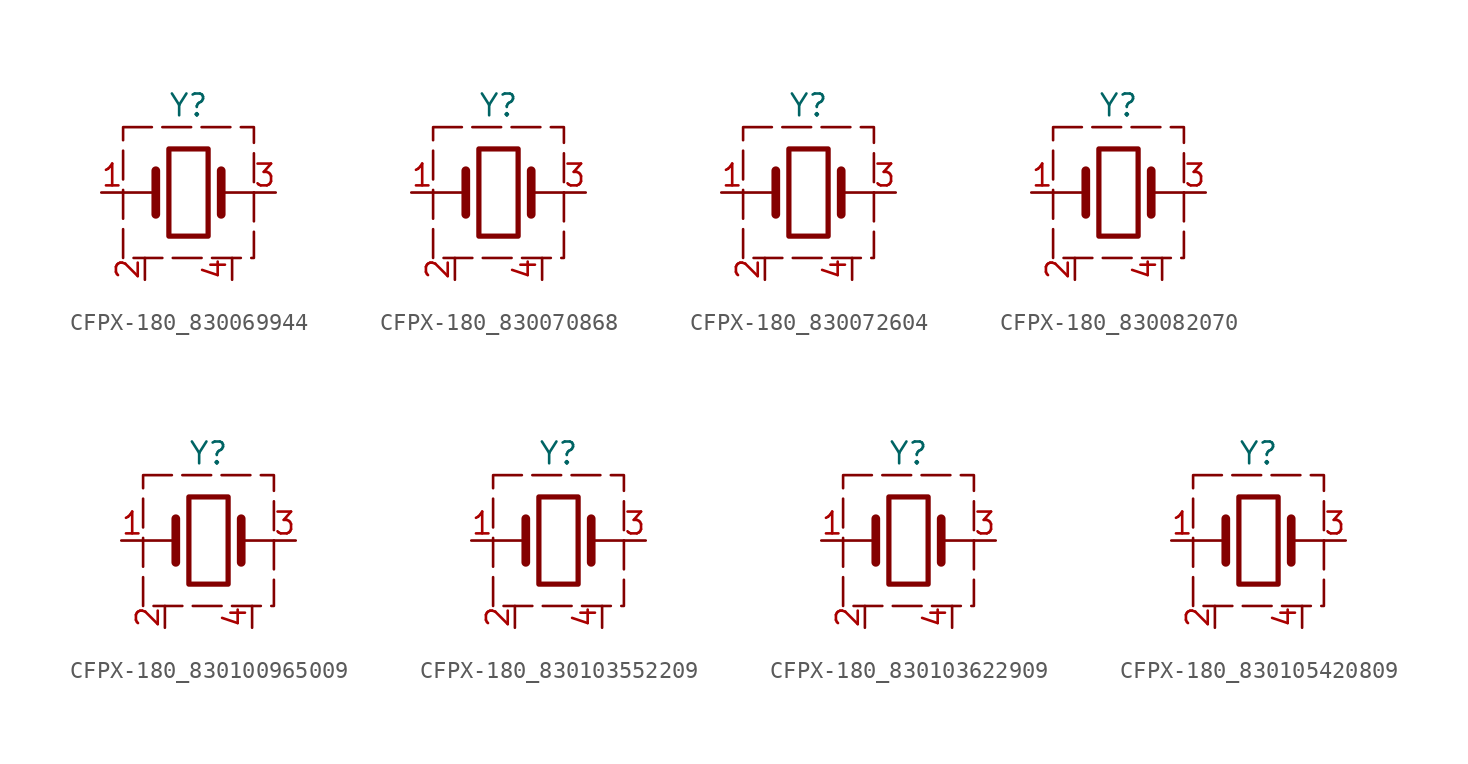
<source format=kicad_sym>
(kicad_symbol_lib
  (version 20220914)
  (generator kicad_symbol_editor)
  (symbol "CFPX-180_830069944"
    (pin_names hide)
    (property "Reference" "Y"
      (at 0 5.08 0)
      (effects (font (size 1.27 1.27))))
    (property "Critical Parameter" ""
      (at 0 -5.08 0)
      (effects (font (size 1.27 1.27)) (justify left)))
    (symbol "CFPX-180_830069944_0_1"
      (rectangle (start -1.143 2.54) (end 1.143 -2.54) (stroke (width 0.305) (type default)) (fill (type none)))
      (polyline (pts (xy -3.81 0) (xy -1.905 0)) (stroke (width 0) (type default)) (fill (type none)))
      (polyline (pts (xy -1.905 -1.27) (xy -1.905 1.27)) (stroke (width 0.508) (type default)) (fill (type none)))
      (polyline (pts (xy 1.905 -1.27) (xy 1.905 1.27)) (stroke (width 0.508) (type default)) (fill (type none)))
      (polyline (pts (xy 3.81 0) (xy 1.905 0)) (stroke (width 0) (type default)) (fill (type none))))
    (symbol "CFPX-180_830069944_1_1"
      (rectangle (start -3.81 3.81) (end 3.81 -3.81) (stroke (width 0) (type dash)) (fill (type none)))
      (pin passive line (at -5.08 0 0) (length 1.27) (name "1" (effects (font (size 1.27 1.27)))) (number "1" (effects (font (size 1.27 1.27)))))
      (pin passive line (at -2.54 -5.08 90) (length 1.27) (name "GND" (effects (font (size 1.27 1.27)))) (number "2" (effects (font (size 1.27 1.27)))))
      (pin passive line (at 5.08 0 180) (length 1.27) (name "3" (effects (font (size 1.27 1.27)))) (number "3" (effects (font (size 1.27 1.27)))))
      (pin passive line (at 2.54 -5.08 90) (length 1.27) (name "GND1" (effects (font (size 1.27 1.27)))) (number "4" (effects (font (size 1.27 1.27)))))))
  (symbol "CFPX-180_830070868"
    (pin_names hide)
    (property "Reference" "Y"
      (at 0 5.08 0)
      (effects (font (size 1.27 1.27))))
    (property "Critical Parameter" ""
      (at 0 -5.08 0)
      (effects (font (size 1.27 1.27)) (justify left)))
    (symbol "CFPX-180_830070868_0_1"
      (rectangle (start -1.143 2.54) (end 1.143 -2.54) (stroke (width 0.305) (type default)) (fill (type none)))
      (polyline (pts (xy -3.81 0) (xy -1.905 0)) (stroke (width 0) (type default)) (fill (type none)))
      (polyline (pts (xy -1.905 -1.27) (xy -1.905 1.27)) (stroke (width 0.508) (type default)) (fill (type none)))
      (polyline (pts (xy 1.905 -1.27) (xy 1.905 1.27)) (stroke (width 0.508) (type default)) (fill (type none)))
      (polyline (pts (xy 3.81 0) (xy 1.905 0)) (stroke (width 0) (type default)) (fill (type none))))
    (symbol "CFPX-180_830070868_1_1"
      (rectangle (start -3.81 3.81) (end 3.81 -3.81) (stroke (width 0) (type dash)) (fill (type none)))
      (pin passive line (at -5.08 0 0) (length 1.27) (name "1" (effects (font (size 1.27 1.27)))) (number "1" (effects (font (size 1.27 1.27)))))
      (pin passive line (at -2.54 -5.08 90) (length 1.27) (name "GND" (effects (font (size 1.27 1.27)))) (number "2" (effects (font (size 1.27 1.27)))))
      (pin passive line (at 5.08 0 180) (length 1.27) (name "3" (effects (font (size 1.27 1.27)))) (number "3" (effects (font (size 1.27 1.27)))))
      (pin passive line (at 2.54 -5.08 90) (length 1.27) (name "GND1" (effects (font (size 1.27 1.27)))) (number "4" (effects (font (size 1.27 1.27)))))))
  (symbol "CFPX-180_830072604"
    (pin_names hide)
    (property "Reference" "Y"
      (at 0 5.08 0)
      (effects (font (size 1.27 1.27))))
    (property "Critical Parameter" ""
      (at 0 -5.08 0)
      (effects (font (size 1.27 1.27)) (justify left)))
    (symbol "CFPX-180_830072604_0_1"
      (rectangle (start -1.143 2.54) (end 1.143 -2.54) (stroke (width 0.305) (type default)) (fill (type none)))
      (polyline (pts (xy -3.81 0) (xy -1.905 0)) (stroke (width 0) (type default)) (fill (type none)))
      (polyline (pts (xy -1.905 -1.27) (xy -1.905 1.27)) (stroke (width 0.508) (type default)) (fill (type none)))
      (polyline (pts (xy 1.905 -1.27) (xy 1.905 1.27)) (stroke (width 0.508) (type default)) (fill (type none)))
      (polyline (pts (xy 3.81 0) (xy 1.905 0)) (stroke (width 0) (type default)) (fill (type none))))
    (symbol "CFPX-180_830072604_1_1"
      (rectangle (start -3.81 3.81) (end 3.81 -3.81) (stroke (width 0) (type dash)) (fill (type none)))
      (pin passive line (at -5.08 0 0) (length 1.27) (name "1" (effects (font (size 1.27 1.27)))) (number "1" (effects (font (size 1.27 1.27)))))
      (pin passive line (at -2.54 -5.08 90) (length 1.27) (name "GND" (effects (font (size 1.27 1.27)))) (number "2" (effects (font (size 1.27 1.27)))))
      (pin passive line (at 5.08 0 180) (length 1.27) (name "3" (effects (font (size 1.27 1.27)))) (number "3" (effects (font (size 1.27 1.27)))))
      (pin passive line (at 2.54 -5.08 90) (length 1.27) (name "GND1" (effects (font (size 1.27 1.27)))) (number "4" (effects (font (size 1.27 1.27)))))))
  (symbol "CFPX-180_830082070"
    (pin_names hide)
    (property "Reference" "Y"
      (at 0 5.08 0)
      (effects (font (size 1.27 1.27))))
    (property "Critical Parameter" ""
      (at 0 -5.08 0)
      (effects (font (size 1.27 1.27)) (justify left)))
    (symbol "CFPX-180_830082070_0_1"
      (rectangle (start -1.143 2.54) (end 1.143 -2.54) (stroke (width 0.305) (type default)) (fill (type none)))
      (polyline (pts (xy -3.81 0) (xy -1.905 0)) (stroke (width 0) (type default)) (fill (type none)))
      (polyline (pts (xy -1.905 -1.27) (xy -1.905 1.27)) (stroke (width 0.508) (type default)) (fill (type none)))
      (polyline (pts (xy 1.905 -1.27) (xy 1.905 1.27)) (stroke (width 0.508) (type default)) (fill (type none)))
      (polyline (pts (xy 3.81 0) (xy 1.905 0)) (stroke (width 0) (type default)) (fill (type none))))
    (symbol "CFPX-180_830082070_1_1"
      (rectangle (start -3.81 3.81) (end 3.81 -3.81) (stroke (width 0) (type dash)) (fill (type none)))
      (pin passive line (at -5.08 0 0) (length 1.27) (name "1" (effects (font (size 1.27 1.27)))) (number "1" (effects (font (size 1.27 1.27)))))
      (pin passive line (at -2.54 -5.08 90) (length 1.27) (name "GND" (effects (font (size 1.27 1.27)))) (number "2" (effects (font (size 1.27 1.27)))))
      (pin passive line (at 5.08 0 180) (length 1.27) (name "3" (effects (font (size 1.27 1.27)))) (number "3" (effects (font (size 1.27 1.27)))))
      (pin passive line (at 2.54 -5.08 90) (length 1.27) (name "GND1" (effects (font (size 1.27 1.27)))) (number "4" (effects (font (size 1.27 1.27)))))))
  (symbol "CFPX-180_830100965009"
    (pin_names hide)
    (property "Reference" "Y"
      (at 0 5.08 0)
      (effects (font (size 1.27 1.27))))
    (property "Critical Parameter" ""
      (at 0 -5.08 0)
      (effects (font (size 1.27 1.27)) (justify left)))
    (symbol "CFPX-180_830100965009_0_1"
      (rectangle (start -1.143 2.54) (end 1.143 -2.54) (stroke (width 0.305) (type default)) (fill (type none)))
      (polyline (pts (xy -3.81 0) (xy -1.905 0)) (stroke (width 0) (type default)) (fill (type none)))
      (polyline (pts (xy -1.905 -1.27) (xy -1.905 1.27)) (stroke (width 0.508) (type default)) (fill (type none)))
      (polyline (pts (xy 1.905 -1.27) (xy 1.905 1.27)) (stroke (width 0.508) (type default)) (fill (type none)))
      (polyline (pts (xy 3.81 0) (xy 1.905 0)) (stroke (width 0) (type default)) (fill (type none))))
    (symbol "CFPX-180_830100965009_1_1"
      (rectangle (start -3.81 3.81) (end 3.81 -3.81) (stroke (width 0) (type dash)) (fill (type none)))
      (pin passive line (at -5.08 0 0) (length 1.27) (name "1" (effects (font (size 1.27 1.27)))) (number "1" (effects (font (size 1.27 1.27)))))
      (pin passive line (at -2.54 -5.08 90) (length 1.27) (name "GND" (effects (font (size 1.27 1.27)))) (number "2" (effects (font (size 1.27 1.27)))))
      (pin passive line (at 5.08 0 180) (length 1.27) (name "3" (effects (font (size 1.27 1.27)))) (number "3" (effects (font (size 1.27 1.27)))))
      (pin passive line (at 2.54 -5.08 90) (length 1.27) (name "GND1" (effects (font (size 1.27 1.27)))) (number "4" (effects (font (size 1.27 1.27)))))))
  (symbol "CFPX-180_830103552209"
    (pin_names hide)
    (property "Reference" "Y"
      (at 0 5.08 0)
      (effects (font (size 1.27 1.27))))
    (property "Critical Parameter" ""
      (at 0 -5.08 0)
      (effects (font (size 1.27 1.27)) (justify left)))
    (symbol "CFPX-180_830103552209_0_1"
      (rectangle (start -1.143 2.54) (end 1.143 -2.54) (stroke (width 0.305) (type default)) (fill (type none)))
      (polyline (pts (xy -3.81 0) (xy -1.905 0)) (stroke (width 0) (type default)) (fill (type none)))
      (polyline (pts (xy -1.905 -1.27) (xy -1.905 1.27)) (stroke (width 0.508) (type default)) (fill (type none)))
      (polyline (pts (xy 1.905 -1.27) (xy 1.905 1.27)) (stroke (width 0.508) (type default)) (fill (type none)))
      (polyline (pts (xy 3.81 0) (xy 1.905 0)) (stroke (width 0) (type default)) (fill (type none))))
    (symbol "CFPX-180_830103552209_1_1"
      (rectangle (start -3.81 3.81) (end 3.81 -3.81) (stroke (width 0) (type dash)) (fill (type none)))
      (pin passive line (at -5.08 0 0) (length 1.27) (name "1" (effects (font (size 1.27 1.27)))) (number "1" (effects (font (size 1.27 1.27)))))
      (pin passive line (at -2.54 -5.08 90) (length 1.27) (name "GND" (effects (font (size 1.27 1.27)))) (number "2" (effects (font (size 1.27 1.27)))))
      (pin passive line (at 5.08 0 180) (length 1.27) (name "3" (effects (font (size 1.27 1.27)))) (number "3" (effects (font (size 1.27 1.27)))))
      (pin passive line (at 2.54 -5.08 90) (length 1.27) (name "GND1" (effects (font (size 1.27 1.27)))) (number "4" (effects (font (size 1.27 1.27)))))))
  (symbol "CFPX-180_830103622909"
    (pin_names hide)
    (property "Reference" "Y"
      (at 0 5.08 0)
      (effects (font (size 1.27 1.27))))
    (property "Critical Parameter" ""
      (at 0 -5.08 0)
      (effects (font (size 1.27 1.27)) (justify left)))
    (symbol "CFPX-180_830103622909_0_1"
      (rectangle (start -1.143 2.54) (end 1.143 -2.54) (stroke (width 0.305) (type default)) (fill (type none)))
      (polyline (pts (xy -3.81 0) (xy -1.905 0)) (stroke (width 0) (type default)) (fill (type none)))
      (polyline (pts (xy -1.905 -1.27) (xy -1.905 1.27)) (stroke (width 0.508) (type default)) (fill (type none)))
      (polyline (pts (xy 1.905 -1.27) (xy 1.905 1.27)) (stroke (width 0.508) (type default)) (fill (type none)))
      (polyline (pts (xy 3.81 0) (xy 1.905 0)) (stroke (width 0) (type default)) (fill (type none))))
    (symbol "CFPX-180_830103622909_1_1"
      (rectangle (start -3.81 3.81) (end 3.81 -3.81) (stroke (width 0) (type dash)) (fill (type none)))
      (pin passive line (at -5.08 0 0) (length 1.27) (name "1" (effects (font (size 1.27 1.27)))) (number "1" (effects (font (size 1.27 1.27)))))
      (pin passive line (at -2.54 -5.08 90) (length 1.27) (name "GND" (effects (font (size 1.27 1.27)))) (number "2" (effects (font (size 1.27 1.27)))))
      (pin passive line (at 5.08 0 180) (length 1.27) (name "3" (effects (font (size 1.27 1.27)))) (number "3" (effects (font (size 1.27 1.27)))))
      (pin passive line (at 2.54 -5.08 90) (length 1.27) (name "GND1" (effects (font (size 1.27 1.27)))) (number "4" (effects (font (size 1.27 1.27)))))))
  (symbol "CFPX-180_830105420809"
    (pin_names hide)
    (property "Reference" "Y"
      (at 0 5.08 0)
      (effects (font (size 1.27 1.27))))
    (property "Critical Parameter" ""
      (at 0 -5.08 0)
      (effects (font (size 1.27 1.27)) (justify left)))
    (symbol "CFPX-180_830105420809_0_1"
      (rectangle (start -1.143 2.54) (end 1.143 -2.54) (stroke (width 0.305) (type default)) (fill (type none)))
      (polyline (pts (xy -3.81 0) (xy -1.905 0)) (stroke (width 0) (type default)) (fill (type none)))
      (polyline (pts (xy -1.905 -1.27) (xy -1.905 1.27)) (stroke (width 0.508) (type default)) (fill (type none)))
      (polyline (pts (xy 1.905 -1.27) (xy 1.905 1.27)) (stroke (width 0.508) (type default)) (fill (type none)))
      (polyline (pts (xy 3.81 0) (xy 1.905 0)) (stroke (width 0) (type default)) (fill (type none))))
    (symbol "CFPX-180_830105420809_1_1"
      (rectangle (start -3.81 3.81) (end 3.81 -3.81) (stroke (width 0) (type dash)) (fill (type none)))
      (pin passive line (at -5.08 0 0) (length 1.27) (name "1" (effects (font (size 1.27 1.27)))) (number "1" (effects (font (size 1.27 1.27)))))
      (pin passive line (at -2.54 -5.08 90) (length 1.27) (name "GND" (effects (font (size 1.27 1.27)))) (number "2" (effects (font (size 1.27 1.27)))))
      (pin passive line (at 5.08 0 180) (length 1.27) (name "3" (effects (font (size 1.27 1.27)))) (number "3" (effects (font (size 1.27 1.27)))))
      (pin passive line (at 2.54 -5.08 90) (length 1.27) (name "GND1" (effects (font (size 1.27 1.27)))) (number "4" (effects (font (size 1.27 1.27))))))))
</source>
